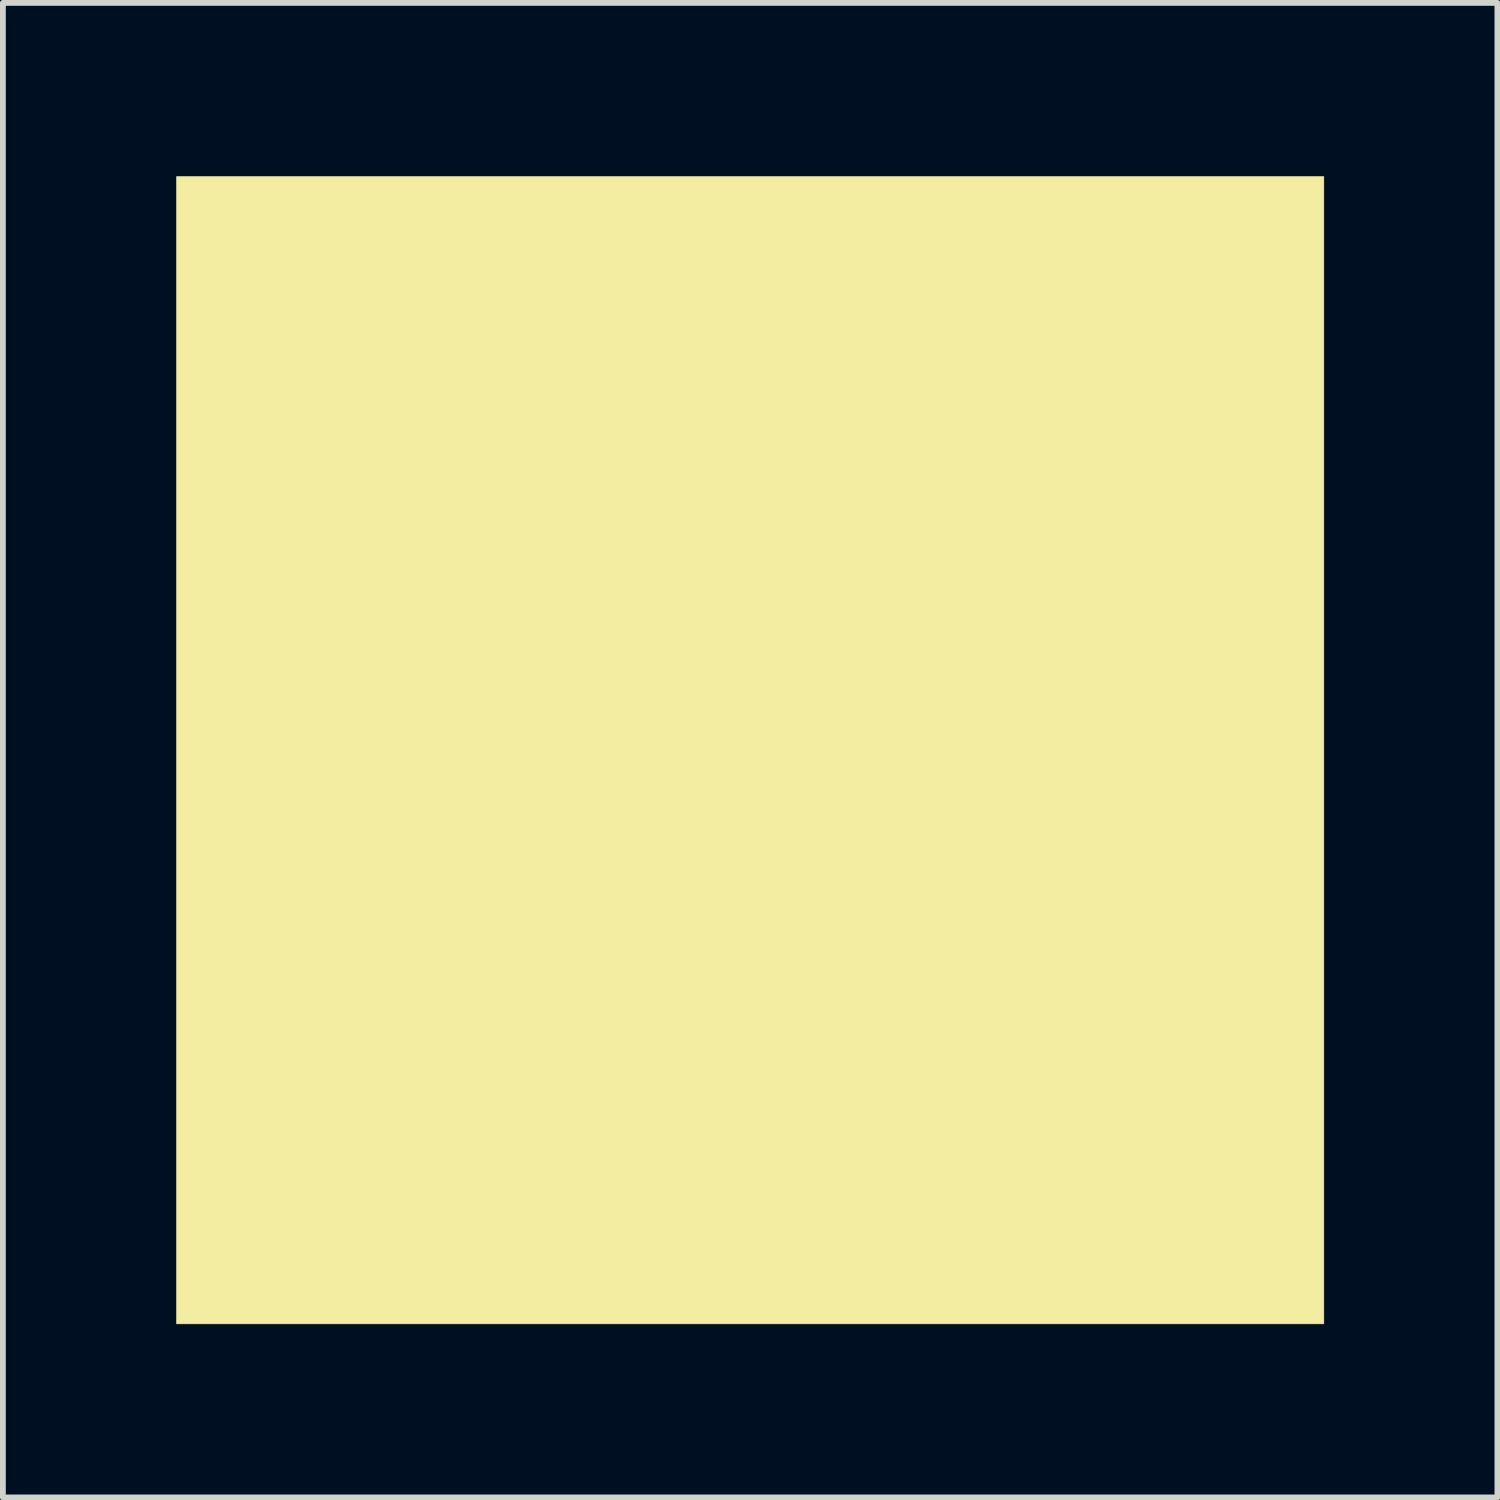
<source format=kicad_pcb>
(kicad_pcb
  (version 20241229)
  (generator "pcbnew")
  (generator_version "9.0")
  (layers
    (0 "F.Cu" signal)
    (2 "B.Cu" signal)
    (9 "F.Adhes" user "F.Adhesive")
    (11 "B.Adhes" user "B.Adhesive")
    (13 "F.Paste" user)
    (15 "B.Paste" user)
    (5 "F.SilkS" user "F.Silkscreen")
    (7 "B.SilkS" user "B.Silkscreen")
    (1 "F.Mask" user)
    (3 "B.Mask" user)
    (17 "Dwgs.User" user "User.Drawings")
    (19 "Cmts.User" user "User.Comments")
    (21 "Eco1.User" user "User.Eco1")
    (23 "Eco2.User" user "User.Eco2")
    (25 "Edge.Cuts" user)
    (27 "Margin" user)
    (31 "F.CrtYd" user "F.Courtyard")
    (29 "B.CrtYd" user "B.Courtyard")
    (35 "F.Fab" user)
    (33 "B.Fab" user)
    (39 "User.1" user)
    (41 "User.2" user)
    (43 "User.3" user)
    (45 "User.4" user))
  (footprint "F.SilkS_g1401"
    (layer "F.Cu")
    (at 9.848 9.848)
    (property "Reference" "F.SilkS_g1401" (at 0 0 0) (layer "F.SilkS") (effects (font (size 1.524 1.524) (thickness 0.3))))
    (attr through_hole)
    (fp_poly (pts (xy 10.012 10.012) (xy -9.842 10.012) (xy -9.842 -9.842) (xy 10.012 -9.842) (xy 10.012 10.012)) (stroke (width 0.01) (type solid)) (fill yes) (layer "F.SilkS")))
  (gr_rect
    (start -3 -3)
    (end 22.864 22.864)
    (stroke (width 0.1) (type default))
    (fill no)
    (layer "Edge.Cuts")))
</source>
